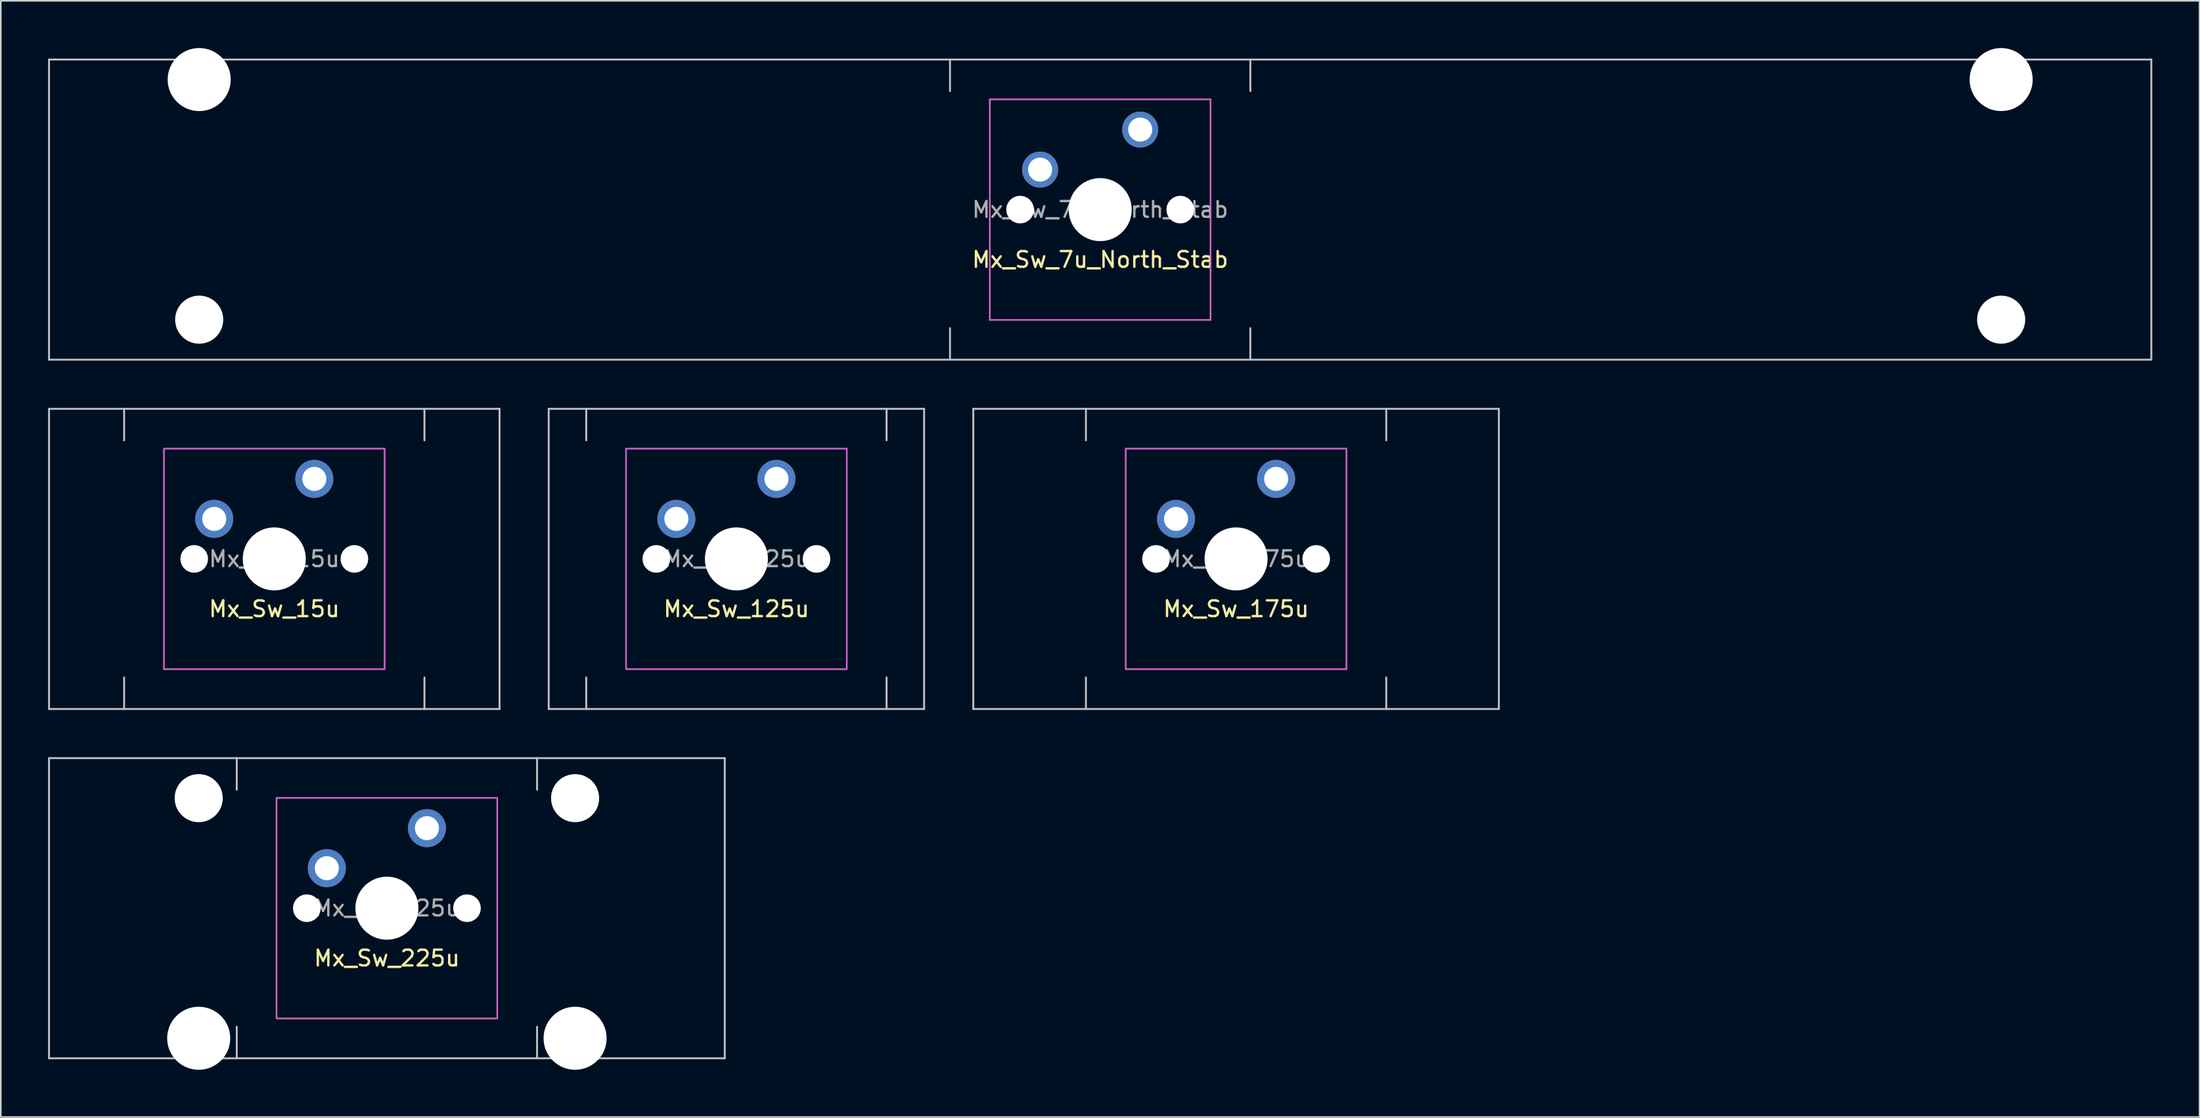
<source format=kicad_pcb>
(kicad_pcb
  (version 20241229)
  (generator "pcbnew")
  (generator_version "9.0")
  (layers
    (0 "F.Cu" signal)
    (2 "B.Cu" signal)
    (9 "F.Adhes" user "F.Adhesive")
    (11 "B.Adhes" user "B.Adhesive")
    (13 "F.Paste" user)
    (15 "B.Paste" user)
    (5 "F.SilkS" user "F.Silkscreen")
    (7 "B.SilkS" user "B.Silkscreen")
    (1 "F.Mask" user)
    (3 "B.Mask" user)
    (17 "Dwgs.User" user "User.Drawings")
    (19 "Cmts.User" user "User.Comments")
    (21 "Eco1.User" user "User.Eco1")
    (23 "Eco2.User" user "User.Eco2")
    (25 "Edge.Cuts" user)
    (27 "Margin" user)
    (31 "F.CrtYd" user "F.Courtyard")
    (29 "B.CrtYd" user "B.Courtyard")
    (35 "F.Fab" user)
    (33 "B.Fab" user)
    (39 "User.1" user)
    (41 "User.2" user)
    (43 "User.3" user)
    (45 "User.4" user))
  (footprint "Mx_Sw_175u"
    (layer "F.Cu")
    (at 75.356 32.425)
    (property "Reference" "Mx_Sw_175u" (at 0 3.175 0) (layer "F.SilkS") (effects (font (size 1 1) (thickness 0.15))))
    (attr through_hole)
    (fp_line (start -16.669 -9.525) (end -16.669 9.525) (stroke (width 0.12) (type solid)) (layer "Dwgs.User"))
    (fp_line (start -16.669 9.525) (end 16.669 9.525) (stroke (width 0.12) (type solid)) (layer "Dwgs.User"))
    (fp_line (start -9.525 -9.525) (end -9.525 -7.525) (stroke (width 0.12) (type solid)) (layer "Dwgs.User"))
    (fp_line (start -9.525 7.525) (end -9.525 9.525) (stroke (width 0.12) (type solid)) (layer "Dwgs.User"))
    (fp_line (start 9.525 -9.525) (end 9.525 -7.525) (stroke (width 0.12) (type solid)) (layer "Dwgs.User"))
    (fp_line (start 9.525 7.525) (end 9.525 9.525) (stroke (width 0.12) (type solid)) (layer "Dwgs.User"))
    (fp_line (start 16.669 -9.525) (end -16.669 -9.525) (stroke (width 0.12) (type solid)) (layer "Dwgs.User"))
    (fp_line (start 16.669 9.525) (end 16.669 -9.525) (stroke (width 0.12) (type solid)) (layer "Dwgs.User"))
    (fp_rect (start -7 -7) (end 7 7) (stroke (width 0.05) (type solid)) (fill no) (layer "F.CrtYd"))
    (fp_rect (start -7 -7) (end 7 7) (stroke (width 0.1) (type solid)) (fill no) (layer "F.Fab"))
    (fp_text user "${REFERENCE}" (at 0 0 0) (layer "F.Fab") (effects (font (size 1 1) (thickness 0.15))))
    (pad "" np_thru_hole circle (at -5.08 0) (size 1.75 1.75) (drill 1.75) (layers "*.Cu" "*.Mask"))
    (pad "" np_thru_hole circle (at 0 0) (size 4 4) (drill 4) (layers "*.Cu" "*.Mask"))
    (pad "" np_thru_hole circle (at 5.08 0) (size 1.75 1.75) (drill 1.75) (layers "*.Cu" "*.Mask"))
    (pad "1" thru_hole circle (at -3.81 -2.54) (size 2.413 2.413) (drill 1.524) (layers "*.Cu" "B.Mask"))
    (pad "2" thru_hole circle (at 2.54 -5.08) (size 2.413 2.413) (drill 1.524) (layers "*.Cu" "B.Mask")))
  (footprint "Mx_Sw_15u"
    (layer "F.Cu")
    (at 14.348 32.425)
    (property "Reference" "Mx_Sw_15u" (at 0 3.175 0) (layer "F.SilkS") (effects (font (size 1 1) (thickness 0.15))))
    (attr through_hole)
    (fp_line (start -14.287 -9.525) (end -14.287 9.525) (stroke (width 0.12) (type solid)) (layer "Dwgs.User"))
    (fp_line (start -14.287 9.525) (end 14.287 9.525) (stroke (width 0.12) (type solid)) (layer "Dwgs.User"))
    (fp_line (start -9.525 -9.525) (end -9.525 -7.525) (stroke (width 0.12) (type solid)) (layer "Dwgs.User"))
    (fp_line (start -9.525 7.525) (end -9.525 9.525) (stroke (width 0.12) (type solid)) (layer "Dwgs.User"))
    (fp_line (start 9.525 -9.525) (end 9.525 -7.525) (stroke (width 0.12) (type solid)) (layer "Dwgs.User"))
    (fp_line (start 9.525 7.525) (end 9.525 9.525) (stroke (width 0.12) (type solid)) (layer "Dwgs.User"))
    (fp_line (start 14.287 -9.525) (end -14.287 -9.525) (stroke (width 0.12) (type solid)) (layer "Dwgs.User"))
    (fp_line (start 14.287 9.525) (end 14.287 -9.525) (stroke (width 0.12) (type solid)) (layer "Dwgs.User"))
    (fp_rect (start -7 -7) (end 7 7) (stroke (width 0.05) (type solid)) (fill no) (layer "F.CrtYd"))
    (fp_rect (start -7 -7) (end 7 7) (stroke (width 0.1) (type solid)) (fill no) (layer "F.Fab"))
    (fp_text user "${REFERENCE}" (at 0 0 0) (layer "F.Fab") (effects (font (size 1 1) (thickness 0.15))))
    (pad "" np_thru_hole circle (at -5.08 0) (size 1.75 1.75) (drill 1.75) (layers "*.Cu" "*.Mask"))
    (pad "" np_thru_hole circle (at 0 0) (size 4 4) (drill 4) (layers "*.Cu" "*.Mask"))
    (pad "" np_thru_hole circle (at 5.08 0) (size 1.75 1.75) (drill 1.75) (layers "*.Cu" "*.Mask"))
    (pad "1" thru_hole circle (at -3.81 -2.54) (size 2.413 2.413) (drill 1.524) (layers "*.Cu" "B.Mask"))
    (pad "2" thru_hole circle (at 2.54 -5.08) (size 2.413 2.413) (drill 1.524) (layers "*.Cu" "B.Mask")))
  (footprint "Mx_Sw_225u"
    (layer "F.Cu")
    (at 21.491 54.595)
    (property "Reference" "Mx_Sw_225u" (at 0 3.175 0) (layer "F.SilkS") (effects (font (size 1 1) (thickness 0.15))))
    (attr through_hole)
    (fp_line (start -21.431 -9.525) (end -21.431 9.525) (stroke (width 0.12) (type solid)) (layer "Dwgs.User"))
    (fp_line (start -21.431 9.525) (end 21.431 9.525) (stroke (width 0.12) (type solid)) (layer "Dwgs.User"))
    (fp_line (start -9.525 -9.525) (end -9.525 -7.525) (stroke (width 0.12) (type solid)) (layer "Dwgs.User"))
    (fp_line (start -9.525 7.525) (end -9.525 9.525) (stroke (width 0.12) (type solid)) (layer "Dwgs.User"))
    (fp_line (start 9.525 -9.525) (end 9.525 -7.525) (stroke (width 0.12) (type solid)) (layer "Dwgs.User"))
    (fp_line (start 9.525 7.525) (end 9.525 9.525) (stroke (width 0.12) (type solid)) (layer "Dwgs.User"))
    (fp_line (start 21.431 -9.525) (end -21.431 -9.525) (stroke (width 0.12) (type solid)) (layer "Dwgs.User"))
    (fp_line (start 21.431 9.525) (end 21.431 -9.525) (stroke (width 0.12) (type solid)) (layer "Dwgs.User"))
    (fp_rect (start -7 -7) (end 7 7) (stroke (width 0.05) (type solid)) (fill no) (layer "F.CrtYd"))
    (fp_rect (start -7 -7) (end 7 7) (stroke (width 0.1) (type solid)) (fill no) (layer "F.Fab"))
    (fp_text user "${REFERENCE}" (at 0 0 0) (layer "F.Fab") (effects (font (size 1 1) (thickness 0.15))))
    (pad "" np_thru_hole circle (at -11.938 -6.985) (size 3.05 3.05) (drill 3.05) (layers "*.Cu" "*.Mask"))
    (pad "" np_thru_hole circle (at -11.938 8.255) (size 4 4) (drill 4) (layers "*.Cu" "*.Mask"))
    (pad "" np_thru_hole circle (at -5.08 0) (size 1.75 1.75) (drill 1.75) (layers "*.Cu" "*.Mask"))
    (pad "" np_thru_hole circle (at 0 0) (size 4 4) (drill 4) (layers "*.Cu" "*.Mask"))
    (pad "" np_thru_hole circle (at 5.08 0) (size 1.75 1.75) (drill 1.75) (layers "*.Cu" "*.Mask"))
    (pad "" np_thru_hole circle (at 11.938 -6.985) (size 3.05 3.05) (drill 3.05) (layers "*.Cu" "*.Mask"))
    (pad "" np_thru_hole circle (at 11.938 8.255) (size 4 4) (drill 4) (layers "*.Cu" "*.Mask"))
    (pad "1" thru_hole circle (at -3.81 -2.54) (size 2.413 2.413) (drill 1.524) (layers "*.Cu" "B.Mask"))
    (pad "2" thru_hole circle (at 2.54 -5.08) (size 2.413 2.413) (drill 1.524) (layers "*.Cu" "B.Mask")))
  (footprint "Mx_Sw_125u"
    (layer "F.Cu")
    (at 43.661 32.425)
    (property "Reference" "Mx_Sw_125u" (at 0 3.175 0) (layer "F.SilkS") (effects (font (size 1 1) (thickness 0.15))))
    (attr through_hole)
    (fp_line (start -11.906 -9.525) (end -11.906 9.525) (stroke (width 0.12) (type solid)) (layer "Dwgs.User"))
    (fp_line (start -11.906 9.525) (end 11.906 9.525) (stroke (width 0.12) (type solid)) (layer "Dwgs.User"))
    (fp_line (start -9.525 -9.525) (end -9.525 -7.525) (stroke (width 0.12) (type solid)) (layer "Dwgs.User"))
    (fp_line (start -9.525 7.525) (end -9.525 9.525) (stroke (width 0.12) (type solid)) (layer "Dwgs.User"))
    (fp_line (start 9.525 -9.525) (end 9.525 -7.525) (stroke (width 0.12) (type solid)) (layer "Dwgs.User"))
    (fp_line (start 9.525 7.525) (end 9.525 9.525) (stroke (width 0.12) (type solid)) (layer "Dwgs.User"))
    (fp_line (start 11.906 -9.525) (end -11.906 -9.525) (stroke (width 0.12) (type solid)) (layer "Dwgs.User"))
    (fp_line (start 11.906 9.525) (end 11.906 -9.525) (stroke (width 0.12) (type solid)) (layer "Dwgs.User"))
    (fp_rect (start -7 -7) (end 7 7) (stroke (width 0.05) (type solid)) (fill no) (layer "F.CrtYd"))
    (fp_rect (start -7 -7) (end 7 7) (stroke (width 0.1) (type solid)) (fill no) (layer "F.Fab"))
    (fp_text user "${REFERENCE}" (at 0 0 0) (layer "F.Fab") (effects (font (size 1 1) (thickness 0.15))))
    (pad "" np_thru_hole circle (at -5.08 0) (size 1.75 1.75) (drill 1.75) (layers "*.Cu" "*.Mask"))
    (pad "" np_thru_hole circle (at 0 0) (size 4 4) (drill 4) (layers "*.Cu" "*.Mask"))
    (pad "" np_thru_hole circle (at 5.08 0) (size 1.75 1.75) (drill 1.75) (layers "*.Cu" "*.Mask"))
    (pad "1" thru_hole circle (at -3.81 -2.54) (size 2.413 2.413) (drill 1.524) (layers "*.Cu" "B.Mask"))
    (pad "2" thru_hole circle (at 2.54 -5.08) (size 2.413 2.413) (drill 1.524) (layers "*.Cu" "B.Mask")))
  (footprint "Mx_Sw_7u_North_Stab"
    (layer "F.Cu")
    (at 66.735 10.255)
    (property "Reference" "Mx_Sw_7u_North_Stab" (at 0 3.175 0) (layer "F.SilkS") (effects (font (size 1 1) (thickness 0.15))))
    (attr through_hole)
    (fp_line (start -66.675 -9.525) (end -66.675 9.525) (stroke (width 0.12) (type solid)) (layer "Dwgs.User"))
    (fp_line (start -66.675 9.525) (end 66.675 9.525) (stroke (width 0.12) (type solid)) (layer "Dwgs.User"))
    (fp_line (start -9.525 -9.525) (end -9.525 -7.525) (stroke (width 0.12) (type solid)) (layer "Dwgs.User"))
    (fp_line (start -9.525 7.525) (end -9.525 9.525) (stroke (width 0.12) (type solid)) (layer "Dwgs.User"))
    (fp_line (start 9.525 -9.525) (end 9.525 -7.525) (stroke (width 0.12) (type solid)) (layer "Dwgs.User"))
    (fp_line (start 9.525 7.525) (end 9.525 9.525) (stroke (width 0.12) (type solid)) (layer "Dwgs.User"))
    (fp_line (start 66.675 -9.525) (end -66.675 -9.525) (stroke (width 0.12) (type solid)) (layer "Dwgs.User"))
    (fp_line (start 66.675 9.525) (end 66.675 -9.525) (stroke (width 0.12) (type solid)) (layer "Dwgs.User"))
    (fp_line (start -7 -7) (end 7 -7) (stroke (width 0.05) (type solid)) (layer "F.CrtYd"))
    (fp_line (start -7 7) (end -7 -7) (stroke (width 0.05) (type solid)) (layer "F.CrtYd"))
    (fp_line (start 7 -7) (end 7 7) (stroke (width 0.05) (type solid)) (layer "F.CrtYd"))
    (fp_line (start 7 7) (end -7 7) (stroke (width 0.05) (type solid)) (layer "F.CrtYd"))
    (fp_line (start -7 -7) (end 7 -7) (stroke (width 0.1) (type solid)) (layer "F.Fab"))
    (fp_line (start -7 7) (end -7 -7) (stroke (width 0.1) (type solid)) (layer "F.Fab"))
    (fp_line (start 7 -7) (end 7 7) (stroke (width 0.1) (type solid)) (layer "F.Fab"))
    (fp_line (start 7 7) (end -7 7) (stroke (width 0.1) (type solid)) (layer "F.Fab"))
    (fp_text user "${REFERENCE}" (at 0 0 0) (layer "F.Fab") (effects (font (size 1 1) (thickness 0.15))))
    (pad "" np_thru_hole circle (at -57.15 -8.255) (size 4 4) (drill 4) (layers "*.Cu" "*.Mask"))
    (pad "" np_thru_hole circle (at -57.15 6.985) (size 3.05 3.05) (drill 3.05) (layers "*.Cu" "*.Mask"))
    (pad "" np_thru_hole circle (at -5.08 0) (size 1.75 1.75) (drill 1.75) (layers "*.Cu" "*.Mask"))
    (pad "" np_thru_hole circle (at 0 0) (size 4 4) (drill 4) (layers "*.Cu" "*.Mask"))
    (pad "" np_thru_hole circle (at 5.08 0) (size 1.75 1.75) (drill 1.75) (layers "*.Cu" "*.Mask"))
    (pad "" np_thru_hole circle (at 57.15 -8.255) (size 4 4) (drill 4) (layers "*.Cu" "*.Mask"))
    (pad "" np_thru_hole circle (at 57.15 6.985) (size 3.05 3.05) (drill 3.05) (layers "*.Cu" "*.Mask"))
    (pad "1" thru_hole circle (at -3.81 -2.54) (size 2.286 2.286) (drill 1.524) (layers "*.Cu" "B.Mask"))
    (pad "2" thru_hole circle (at 2.54 -5.08) (size 2.286 2.286) (drill 1.524) (layers "*.Cu" "B.Mask")))
  (gr_rect
    (start -3 -3)
    (end 136.47 67.85)
    (stroke (width 0.1) (type default))
    (fill no)
    (layer "Edge.Cuts")))
</source>
